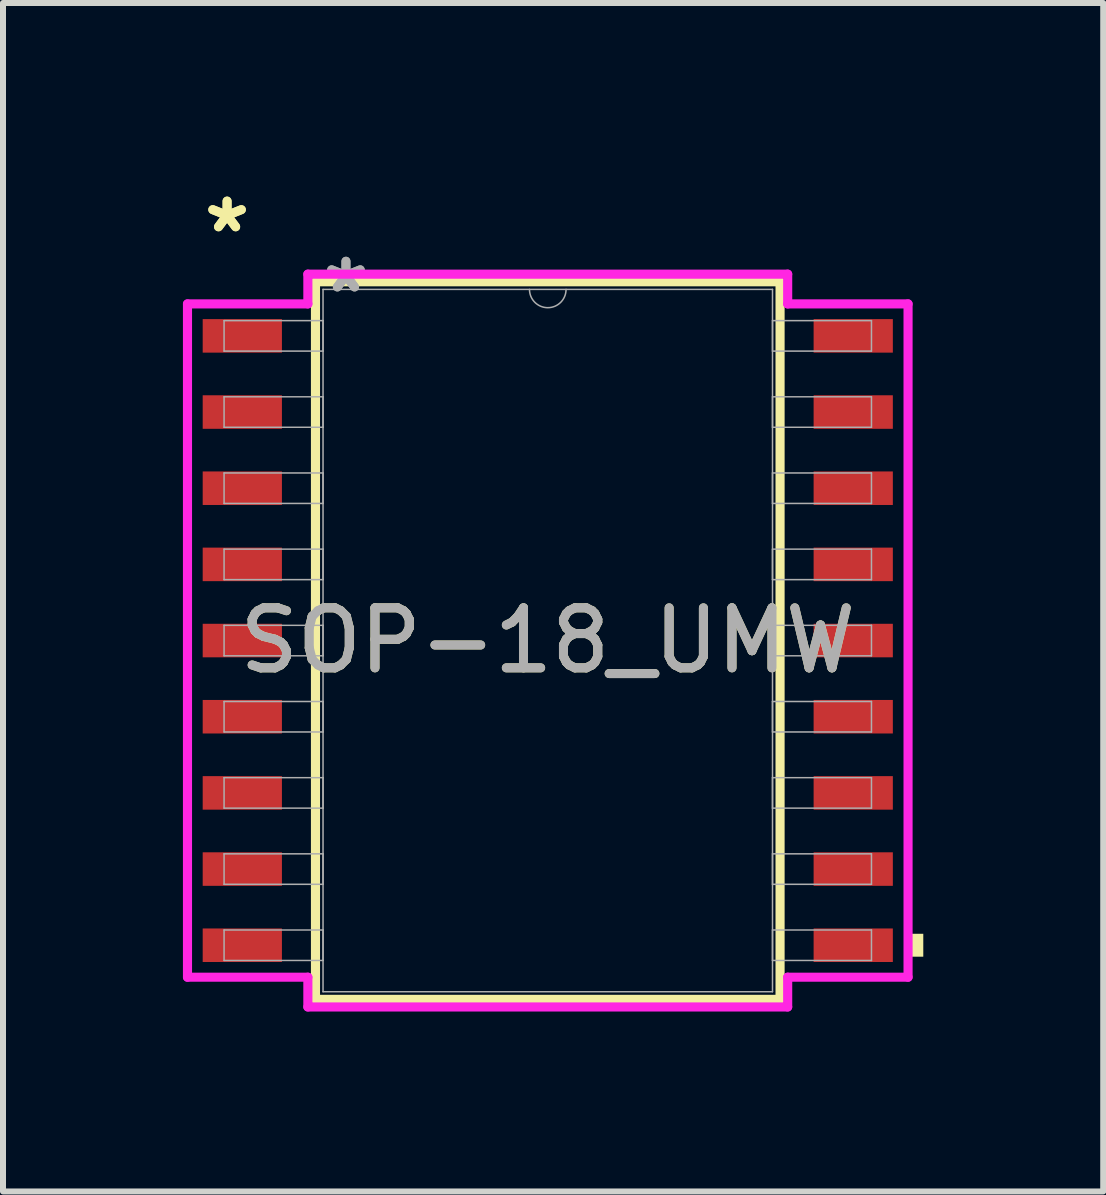
<source format=kicad_pcb>
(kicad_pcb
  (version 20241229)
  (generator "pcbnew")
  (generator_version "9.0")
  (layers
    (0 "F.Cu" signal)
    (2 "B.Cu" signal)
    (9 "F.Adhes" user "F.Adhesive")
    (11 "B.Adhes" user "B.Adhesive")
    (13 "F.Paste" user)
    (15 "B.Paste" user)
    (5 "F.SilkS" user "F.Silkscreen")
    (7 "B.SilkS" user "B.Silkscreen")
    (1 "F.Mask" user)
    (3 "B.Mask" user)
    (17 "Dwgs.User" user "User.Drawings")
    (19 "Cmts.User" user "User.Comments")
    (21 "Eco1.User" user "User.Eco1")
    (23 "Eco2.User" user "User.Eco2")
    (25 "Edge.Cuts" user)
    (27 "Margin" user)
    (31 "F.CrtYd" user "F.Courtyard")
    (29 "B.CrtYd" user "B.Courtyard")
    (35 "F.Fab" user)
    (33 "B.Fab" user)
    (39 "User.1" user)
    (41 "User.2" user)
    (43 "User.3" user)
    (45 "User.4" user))
  (footprint "SOP-18_UMW"
    (layer "F.Cu")
    (at 6.083 7.63)
    (property "Reference" "SOP-18_UMW" (at 0 0 0) (unlocked yes) (layer "F.SilkS") (effects (font (size 1 1) (thickness 0.15))))
    (attr smd)
    (fp_line (start -3.873 -5.982) (end -3.873 5.982) (stroke (width 0.152) (type solid)) (layer "F.SilkS"))
    (fp_line (start -3.873 5.982) (end 3.873 5.982) (stroke (width 0.152) (type solid)) (layer "F.SilkS"))
    (fp_line (start 3.873 -5.982) (end -3.873 -5.982) (stroke (width 0.152) (type solid)) (layer "F.SilkS"))
    (fp_line (start 3.873 5.982) (end 3.873 -5.982) (stroke (width 0.152) (type solid)) (layer "F.SilkS"))
    (fp_poly (pts (xy 6.261 4.889) (xy 6.261 5.271) (xy 6.007 5.271) (xy 6.007 4.889)) (stroke (width 0) (type solid)) (fill yes) (layer "F.SilkS"))
    (fp_line (start -6.007 -5.613) (end -4 -5.613) (stroke (width 0.152) (type solid)) (layer "F.CrtYd"))
    (fp_line (start -6.007 5.613) (end -6.007 -5.613) (stroke (width 0.152) (type solid)) (layer "F.CrtYd"))
    (fp_line (start -6.007 5.613) (end -4 5.613) (stroke (width 0.152) (type solid)) (layer "F.CrtYd"))
    (fp_line (start -4 -6.109) (end 4 -6.109) (stroke (width 0.152) (type solid)) (layer "F.CrtYd"))
    (fp_line (start -4 -5.613) (end -4 -6.109) (stroke (width 0.152) (type solid)) (layer "F.CrtYd"))
    (fp_line (start -4 6.109) (end -4 5.613) (stroke (width 0.152) (type solid)) (layer "F.CrtYd"))
    (fp_line (start 4 -6.109) (end 4 -5.613) (stroke (width 0.152) (type solid)) (layer "F.CrtYd"))
    (fp_line (start 4 5.613) (end 4 6.109) (stroke (width 0.152) (type solid)) (layer "F.CrtYd"))
    (fp_line (start 4 6.109) (end -4 6.109) (stroke (width 0.152) (type solid)) (layer "F.CrtYd"))
    (fp_line (start 6.007 -5.613) (end 4 -5.613) (stroke (width 0.152) (type solid)) (layer "F.CrtYd"))
    (fp_line (start 6.007 -5.613) (end 6.007 5.613) (stroke (width 0.152) (type solid)) (layer "F.CrtYd"))
    (fp_line (start 6.007 5.613) (end 4 5.613) (stroke (width 0.152) (type solid)) (layer "F.CrtYd"))
    (fp_line (start -5.397 -5.334) (end -5.397 -4.826) (stroke (width 0.025) (type solid)) (layer "F.Fab"))
    (fp_line (start -5.397 -4.826) (end -3.747 -4.826) (stroke (width 0.025) (type solid)) (layer "F.Fab"))
    (fp_line (start -5.397 -4.064) (end -5.397 -3.556) (stroke (width 0.025) (type solid)) (layer "F.Fab"))
    (fp_line (start -5.397 -3.556) (end -3.747 -3.556) (stroke (width 0.025) (type solid)) (layer "F.Fab"))
    (fp_line (start -5.397 -2.794) (end -5.397 -2.286) (stroke (width 0.025) (type solid)) (layer "F.Fab"))
    (fp_line (start -5.397 -2.286) (end -3.747 -2.286) (stroke (width 0.025) (type solid)) (layer "F.Fab"))
    (fp_line (start -5.397 -1.524) (end -5.397 -1.016) (stroke (width 0.025) (type solid)) (layer "F.Fab"))
    (fp_line (start -5.397 -1.016) (end -3.747 -1.016) (stroke (width 0.025) (type solid)) (layer "F.Fab"))
    (fp_line (start -5.397 -0.254) (end -5.397 0.254) (stroke (width 0.025) (type solid)) (layer "F.Fab"))
    (fp_line (start -5.397 0.254) (end -3.747 0.254) (stroke (width 0.025) (type solid)) (layer "F.Fab"))
    (fp_line (start -5.397 1.016) (end -5.397 1.524) (stroke (width 0.025) (type solid)) (layer "F.Fab"))
    (fp_line (start -5.397 1.524) (end -3.747 1.524) (stroke (width 0.025) (type solid)) (layer "F.Fab"))
    (fp_line (start -5.397 2.286) (end -5.397 2.794) (stroke (width 0.025) (type solid)) (layer "F.Fab"))
    (fp_line (start -5.397 2.794) (end -3.747 2.794) (stroke (width 0.025) (type solid)) (layer "F.Fab"))
    (fp_line (start -5.397 3.556) (end -5.397 4.064) (stroke (width 0.025) (type solid)) (layer "F.Fab"))
    (fp_line (start -5.397 4.064) (end -3.747 4.064) (stroke (width 0.025) (type solid)) (layer "F.Fab"))
    (fp_line (start -5.397 4.826) (end -5.397 5.334) (stroke (width 0.025) (type solid)) (layer "F.Fab"))
    (fp_line (start -5.397 5.334) (end -3.747 5.334) (stroke (width 0.025) (type solid)) (layer "F.Fab"))
    (fp_line (start -3.747 -5.855) (end -3.747 5.855) (stroke (width 0.025) (type solid)) (layer "F.Fab"))
    (fp_line (start -3.747 -5.334) (end -5.397 -5.334) (stroke (width 0.025) (type solid)) (layer "F.Fab"))
    (fp_line (start -3.747 -4.826) (end -3.747 -5.334) (stroke (width 0.025) (type solid)) (layer "F.Fab"))
    (fp_line (start -3.747 -4.064) (end -5.397 -4.064) (stroke (width 0.025) (type solid)) (layer "F.Fab"))
    (fp_line (start -3.747 -3.556) (end -3.747 -4.064) (stroke (width 0.025) (type solid)) (layer "F.Fab"))
    (fp_line (start -3.747 -2.794) (end -5.397 -2.794) (stroke (width 0.025) (type solid)) (layer "F.Fab"))
    (fp_line (start -3.747 -2.286) (end -3.747 -2.794) (stroke (width 0.025) (type solid)) (layer "F.Fab"))
    (fp_line (start -3.747 -1.524) (end -5.397 -1.524) (stroke (width 0.025) (type solid)) (layer "F.Fab"))
    (fp_line (start -3.747 -1.016) (end -3.747 -1.524) (stroke (width 0.025) (type solid)) (layer "F.Fab"))
    (fp_line (start -3.747 -0.254) (end -5.397 -0.254) (stroke (width 0.025) (type solid)) (layer "F.Fab"))
    (fp_line (start -3.747 0.254) (end -3.747 -0.254) (stroke (width 0.025) (type solid)) (layer "F.Fab"))
    (fp_line (start -3.747 1.016) (end -5.397 1.016) (stroke (width 0.025) (type solid)) (layer "F.Fab"))
    (fp_line (start -3.747 1.524) (end -3.747 1.016) (stroke (width 0.025) (type solid)) (layer "F.Fab"))
    (fp_line (start -3.747 2.286) (end -5.397 2.286) (stroke (width 0.025) (type solid)) (layer "F.Fab"))
    (fp_line (start -3.747 2.794) (end -3.747 2.286) (stroke (width 0.025) (type solid)) (layer "F.Fab"))
    (fp_line (start -3.747 3.556) (end -5.397 3.556) (stroke (width 0.025) (type solid)) (layer "F.Fab"))
    (fp_line (start -3.747 4.064) (end -3.747 3.556) (stroke (width 0.025) (type solid)) (layer "F.Fab"))
    (fp_line (start -3.747 4.826) (end -5.397 4.826) (stroke (width 0.025) (type solid)) (layer "F.Fab"))
    (fp_line (start -3.747 5.334) (end -3.747 4.826) (stroke (width 0.025) (type solid)) (layer "F.Fab"))
    (fp_line (start -3.747 5.855) (end 3.747 5.855) (stroke (width 0.025) (type solid)) (layer "F.Fab"))
    (fp_line (start 3.747 -5.855) (end -3.747 -5.855) (stroke (width 0.025) (type solid)) (layer "F.Fab"))
    (fp_line (start 3.747 -5.334) (end 3.747 -4.826) (stroke (width 0.025) (type solid)) (layer "F.Fab"))
    (fp_line (start 3.747 -4.826) (end 5.397 -4.826) (stroke (width 0.025) (type solid)) (layer "F.Fab"))
    (fp_line (start 3.747 -4.064) (end 3.747 -3.556) (stroke (width 0.025) (type solid)) (layer "F.Fab"))
    (fp_line (start 3.747 -3.556) (end 5.397 -3.556) (stroke (width 0.025) (type solid)) (layer "F.Fab"))
    (fp_line (start 3.747 -2.794) (end 3.747 -2.286) (stroke (width 0.025) (type solid)) (layer "F.Fab"))
    (fp_line (start 3.747 -2.286) (end 5.397 -2.286) (stroke (width 0.025) (type solid)) (layer "F.Fab"))
    (fp_line (start 3.747 -1.524) (end 3.747 -1.016) (stroke (width 0.025) (type solid)) (layer "F.Fab"))
    (fp_line (start 3.747 -1.016) (end 5.397 -1.016) (stroke (width 0.025) (type solid)) (layer "F.Fab"))
    (fp_line (start 3.747 -0.254) (end 3.747 0.254) (stroke (width 0.025) (type solid)) (layer "F.Fab"))
    (fp_line (start 3.747 0.254) (end 5.397 0.254) (stroke (width 0.025) (type solid)) (layer "F.Fab"))
    (fp_line (start 3.747 1.016) (end 3.747 1.524) (stroke (width 0.025) (type solid)) (layer "F.Fab"))
    (fp_line (start 3.747 1.524) (end 5.397 1.524) (stroke (width 0.025) (type solid)) (layer "F.Fab"))
    (fp_line (start 3.747 2.286) (end 3.747 2.794) (stroke (width 0.025) (type solid)) (layer "F.Fab"))
    (fp_line (start 3.747 2.794) (end 5.397 2.794) (stroke (width 0.025) (type solid)) (layer "F.Fab"))
    (fp_line (start 3.747 3.556) (end 3.747 4.064) (stroke (width 0.025) (type solid)) (layer "F.Fab"))
    (fp_line (start 3.747 4.064) (end 5.397 4.064) (stroke (width 0.025) (type solid)) (layer "F.Fab"))
    (fp_line (start 3.747 4.826) (end 3.747 5.334) (stroke (width 0.025) (type solid)) (layer "F.Fab"))
    (fp_line (start 3.747 5.334) (end 5.397 5.334) (stroke (width 0.025) (type solid)) (layer "F.Fab"))
    (fp_line (start 3.747 5.855) (end 3.747 -5.855) (stroke (width 0.025) (type solid)) (layer "F.Fab"))
    (fp_line (start 5.397 -5.334) (end 3.747 -5.334) (stroke (width 0.025) (type solid)) (layer "F.Fab"))
    (fp_line (start 5.397 -4.826) (end 5.397 -5.334) (stroke (width 0.025) (type solid)) (layer "F.Fab"))
    (fp_line (start 5.397 -4.064) (end 3.747 -4.064) (stroke (width 0.025) (type solid)) (layer "F.Fab"))
    (fp_line (start 5.397 -3.556) (end 5.397 -4.064) (stroke (width 0.025) (type solid)) (layer "F.Fab"))
    (fp_line (start 5.397 -2.794) (end 3.747 -2.794) (stroke (width 0.025) (type solid)) (layer "F.Fab"))
    (fp_line (start 5.397 -2.286) (end 5.397 -2.794) (stroke (width 0.025) (type solid)) (layer "F.Fab"))
    (fp_line (start 5.397 -1.524) (end 3.747 -1.524) (stroke (width 0.025) (type solid)) (layer "F.Fab"))
    (fp_line (start 5.397 -1.016) (end 5.397 -1.524) (stroke (width 0.025) (type solid)) (layer "F.Fab"))
    (fp_line (start 5.397 -0.254) (end 3.747 -0.254) (stroke (width 0.025) (type solid)) (layer "F.Fab"))
    (fp_line (start 5.397 0.254) (end 5.397 -0.254) (stroke (width 0.025) (type solid)) (layer "F.Fab"))
    (fp_line (start 5.397 1.016) (end 3.747 1.016) (stroke (width 0.025) (type solid)) (layer "F.Fab"))
    (fp_line (start 5.397 1.524) (end 5.397 1.016) (stroke (width 0.025) (type solid)) (layer "F.Fab"))
    (fp_line (start 5.397 2.286) (end 3.747 2.286) (stroke (width 0.025) (type solid)) (layer "F.Fab"))
    (fp_line (start 5.397 2.794) (end 5.397 2.286) (stroke (width 0.025) (type solid)) (layer "F.Fab"))
    (fp_line (start 5.397 3.556) (end 3.747 3.556) (stroke (width 0.025) (type solid)) (layer "F.Fab"))
    (fp_line (start 5.397 4.064) (end 5.397 3.556) (stroke (width 0.025) (type solid)) (layer "F.Fab"))
    (fp_line (start 5.397 4.826) (end 3.747 4.826) (stroke (width 0.025) (type solid)) (layer "F.Fab"))
    (fp_line (start 5.397 5.334) (end 5.397 4.826) (stroke (width 0.025) (type solid)) (layer "F.Fab"))
    (fp_arc (start 0.3048 -5.8547) (mid 0 -5.5499) (end -0.3048 -5.8547) (stroke (width 0.0254) (type solid)) (layer "F.Fab"))
    (fp_text user "*" (at -5.347 -6.782 0) (unlocked yes) (layer "F.SilkS") (effects (font (size 1 1) (thickness 0.15))))
    (fp_text user "*" (at -5.347 -6.782 0) (layer "F.SilkS") (effects (font (size 1 1) (thickness 0.15))))
    (fp_text user "*" (at -3.365 -5.779 0) (unlocked yes) (layer "F.Fab") (effects (font (size 1 1) (thickness 0.15))))
    (fp_text user "${REFERENCE}" (at 0 0 0) (unlocked yes) (layer "F.Fab") (effects (font (size 1 1) (thickness 0.15))))
    (fp_text user "*" (at -3.365 -5.779 0) (layer "F.Fab") (effects (font (size 1 1) (thickness 0.15))))
    (pad "1" smd rect (at -5.093 -5.08) (size 1.321 0.559) (layers "F.Cu" "F.Mask" "F.Paste"))
    (pad "2" smd rect (at -5.093 -3.81) (size 1.321 0.559) (layers "F.Cu" "F.Mask" "F.Paste"))
    (pad "3" smd rect (at -5.093 -2.54) (size 1.321 0.559) (layers "F.Cu" "F.Mask" "F.Paste"))
    (pad "4" smd rect (at -5.093 -1.27) (size 1.321 0.559) (layers "F.Cu" "F.Mask" "F.Paste"))
    (pad "5" smd rect (at -5.093 0) (size 1.321 0.559) (layers "F.Cu" "F.Mask" "F.Paste"))
    (pad "6" smd rect (at -5.093 1.27) (size 1.321 0.559) (layers "F.Cu" "F.Mask" "F.Paste"))
    (pad "7" smd rect (at -5.093 2.54) (size 1.321 0.559) (layers "F.Cu" "F.Mask" "F.Paste"))
    (pad "8" smd rect (at -5.093 3.81) (size 1.321 0.559) (layers "F.Cu" "F.Mask" "F.Paste"))
    (pad "9" smd rect (at -5.093 5.08) (size 1.321 0.559) (layers "F.Cu" "F.Mask" "F.Paste"))
    (pad "10" smd rect (at 5.093 5.08) (size 1.321 0.559) (layers "F.Cu" "F.Mask" "F.Paste"))
    (pad "11" smd rect (at 5.093 3.81) (size 1.321 0.559) (layers "F.Cu" "F.Mask" "F.Paste"))
    (pad "12" smd rect (at 5.093 2.54) (size 1.321 0.559) (layers "F.Cu" "F.Mask" "F.Paste"))
    (pad "13" smd rect (at 5.093 1.27) (size 1.321 0.559) (layers "F.Cu" "F.Mask" "F.Paste"))
    (pad "14" smd rect (at 5.093 0) (size 1.321 0.559) (layers "F.Cu" "F.Mask" "F.Paste"))
    (pad "15" smd rect (at 5.093 -1.27) (size 1.321 0.559) (layers "F.Cu" "F.Mask" "F.Paste"))
    (pad "16" smd rect (at 5.093 -2.54) (size 1.321 0.559) (layers "F.Cu" "F.Mask" "F.Paste"))
    (pad "17" smd rect (at 5.093 -3.81) (size 1.321 0.559) (layers "F.Cu" "F.Mask" "F.Paste"))
    (pad "18" smd rect (at 5.093 -5.08) (size 1.321 0.559) (layers "F.Cu" "F.Mask" "F.Paste")))
  (gr_rect
    (start -3 -3)
    (end 15.344 16.815)
    (stroke (width 0.1) (type default))
    (fill no)
    (layer "Edge.Cuts")))
</source>
